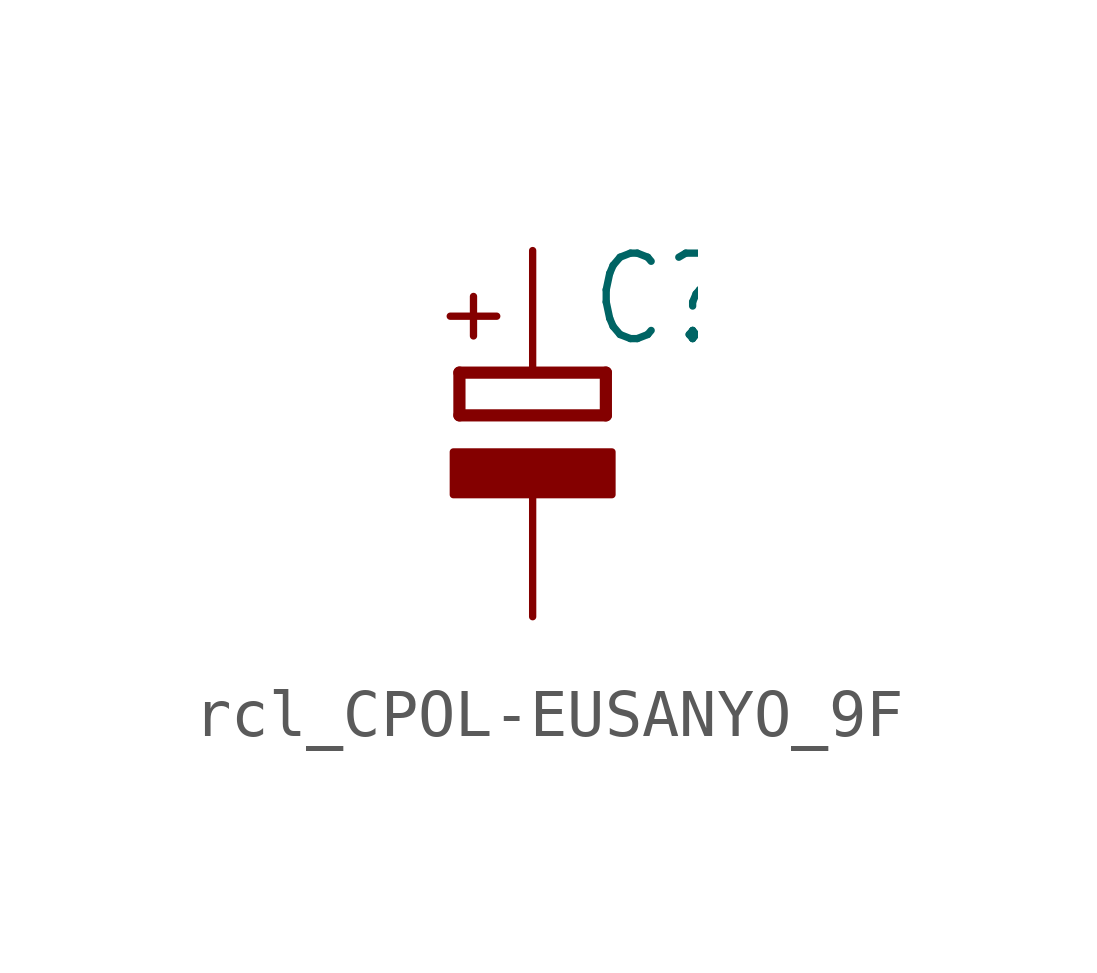
<source format=kicad_sym>
(kicad_symbol_lib
  (version 20241209)
  (generator "kicad_symbol_editor")
  (generator_version "9.0")
  (symbol "rcl_CPOL-EUSANYO_9F"
    (property "Reference" "C"
      (at 1.143 0.483 0)
      (effects (font (size 1.778 1.511)) (justify left bottom)))
    (property "Value" ""
      (at 1.143 -4.597 0)
      (effects (font (size 1.778 1.511)) (justify left bottom)))
    (property "ki_locked" ""
      (at 0 0 0)
      (effects (font (size 1.27 1.27))))
    (symbol "rcl_CPOL-EUSANYO_9F_1_0"
      (rectangle (start -1.651 -2.54) (end 1.651 -1.651) (stroke (width 0) (type default)) (fill (type outline)))
      (polyline (pts (xy -1.524 0) (xy -1.524 -0.889)) (stroke (width 0.254) (type solid)) (fill (type none)))
      (polyline (pts (xy -1.524 0) (xy 1.524 0)) (stroke (width 0.254) (type solid)) (fill (type none)))
      (polyline (pts (xy -1.524 -0.889) (xy 1.524 -0.889)) (stroke (width 0.254) (type solid)) (fill (type none)))
      (polyline (pts (xy 1.524 -0.889) (xy 1.524 0)) (stroke (width 0.254) (type solid)) (fill (type none)))
      (text "+" (at -0.584 0.406 900) (effects (font (size 1.27 1.079)) (justify left bottom)))
      (pin passive line (at 0 2.54 270) (length 2.54) (name "+" (effects (font (size 0 0)))) (number "+" (effects (font (size 0 0)))))
      (pin passive line (at 0 -5.08 90) (length 2.54) (name "-" (effects (font (size 0 0)))) (number "-" (effects (font (size 0 0))))))))
</source>
